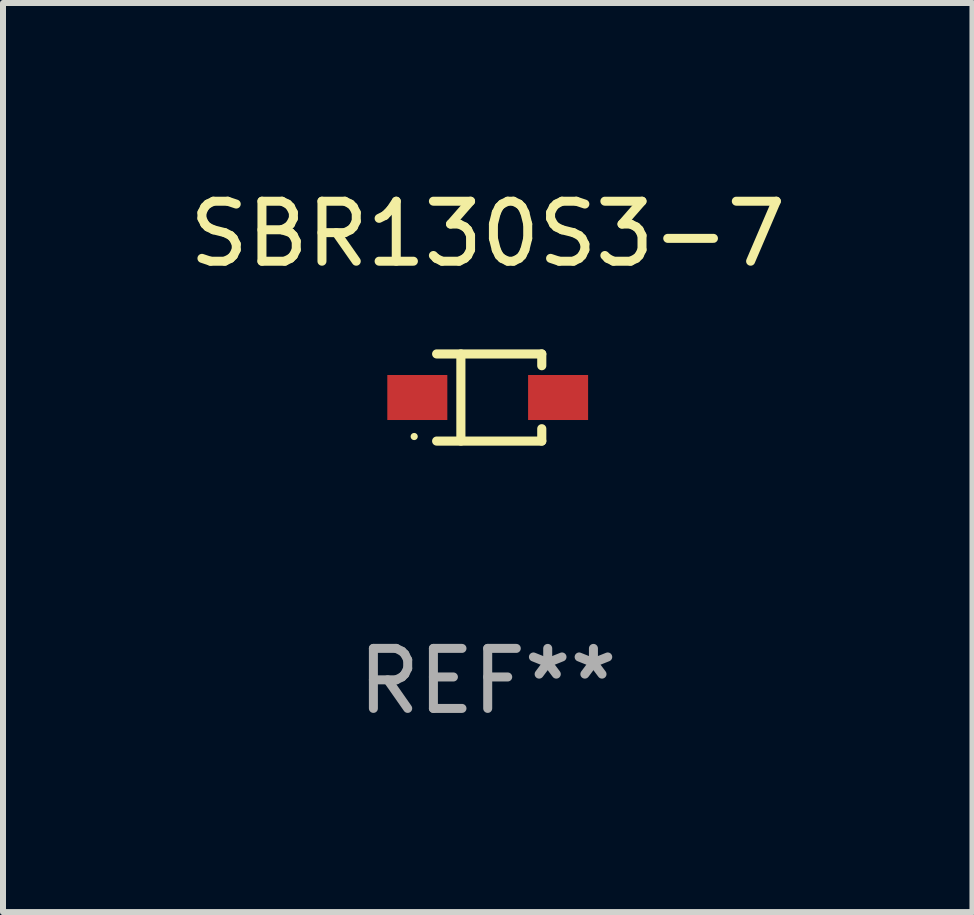
<source format=kicad_pcb>
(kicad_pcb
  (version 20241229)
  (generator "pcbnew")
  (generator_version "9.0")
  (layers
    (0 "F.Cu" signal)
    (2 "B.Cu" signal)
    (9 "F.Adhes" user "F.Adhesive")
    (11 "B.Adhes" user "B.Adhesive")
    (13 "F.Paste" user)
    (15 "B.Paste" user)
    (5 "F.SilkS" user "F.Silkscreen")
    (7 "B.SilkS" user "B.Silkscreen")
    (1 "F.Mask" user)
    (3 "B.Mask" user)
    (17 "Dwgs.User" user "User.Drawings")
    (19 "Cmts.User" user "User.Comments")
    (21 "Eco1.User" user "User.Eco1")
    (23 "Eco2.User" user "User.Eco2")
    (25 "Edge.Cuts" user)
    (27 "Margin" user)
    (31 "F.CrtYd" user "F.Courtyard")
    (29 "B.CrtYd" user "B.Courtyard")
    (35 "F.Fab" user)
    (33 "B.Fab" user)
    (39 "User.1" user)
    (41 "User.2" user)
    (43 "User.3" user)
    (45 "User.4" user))
  (footprint "SBR130S3-7"
    (layer "F.Cu")
    (at 5.077 3.574)
    (property "Reference" "SBR130S3-7" (at 0 -2.726 0) (layer "F.SilkS") (effects (font (size 1 1) (thickness 0.15))))
    (attr through_hole)
    (fp_line (start -0.851 -0.726) (end 0.901 -0.726) (stroke (width 0.152) (type solid)) (layer "F.SilkS"))
    (fp_line (start -0.851 0.726) (end 0.901 0.726) (stroke (width 0.152) (type solid)) (layer "F.SilkS"))
    (fp_line (start -0.447 -0.726) (end -0.447 0.726) (stroke (width 0.152) (type solid)) (layer "F.SilkS"))
    (fp_line (start 0.901 -0.726) (end 0.901 -0.53) (stroke (width 0.152) (type solid)) (layer "F.SilkS"))
    (fp_line (start 0.901 0.726) (end 0.901 0.52) (stroke (width 0.152) (type solid)) (layer "F.SilkS"))
    (fp_circle (center -1.225 0.65) (end -1.195 0.65) (stroke (width 0.06) (type solid)) (fill no) (layer "F.SilkS"))
    (fp_text user "REF**" (at 0 4.726 0) (layer "F.Fab") (effects (font (size 1 1) (thickness 0.15))))
    (pad "1" smd rect (at -1.173 0) (size 1 0.75) (layers "F.Cu" "F.Mask" "F.Paste"))
    (pad "2" smd rect (at 1.173 0) (size 1 0.75) (layers "F.Cu" "F.Mask" "F.Paste")))
  (gr_rect
    (start -3 -3)
    (end 13.155 12.149)
    (stroke (width 0.1) (type default))
    (fill no)
    (layer "Edge.Cuts")))
</source>
